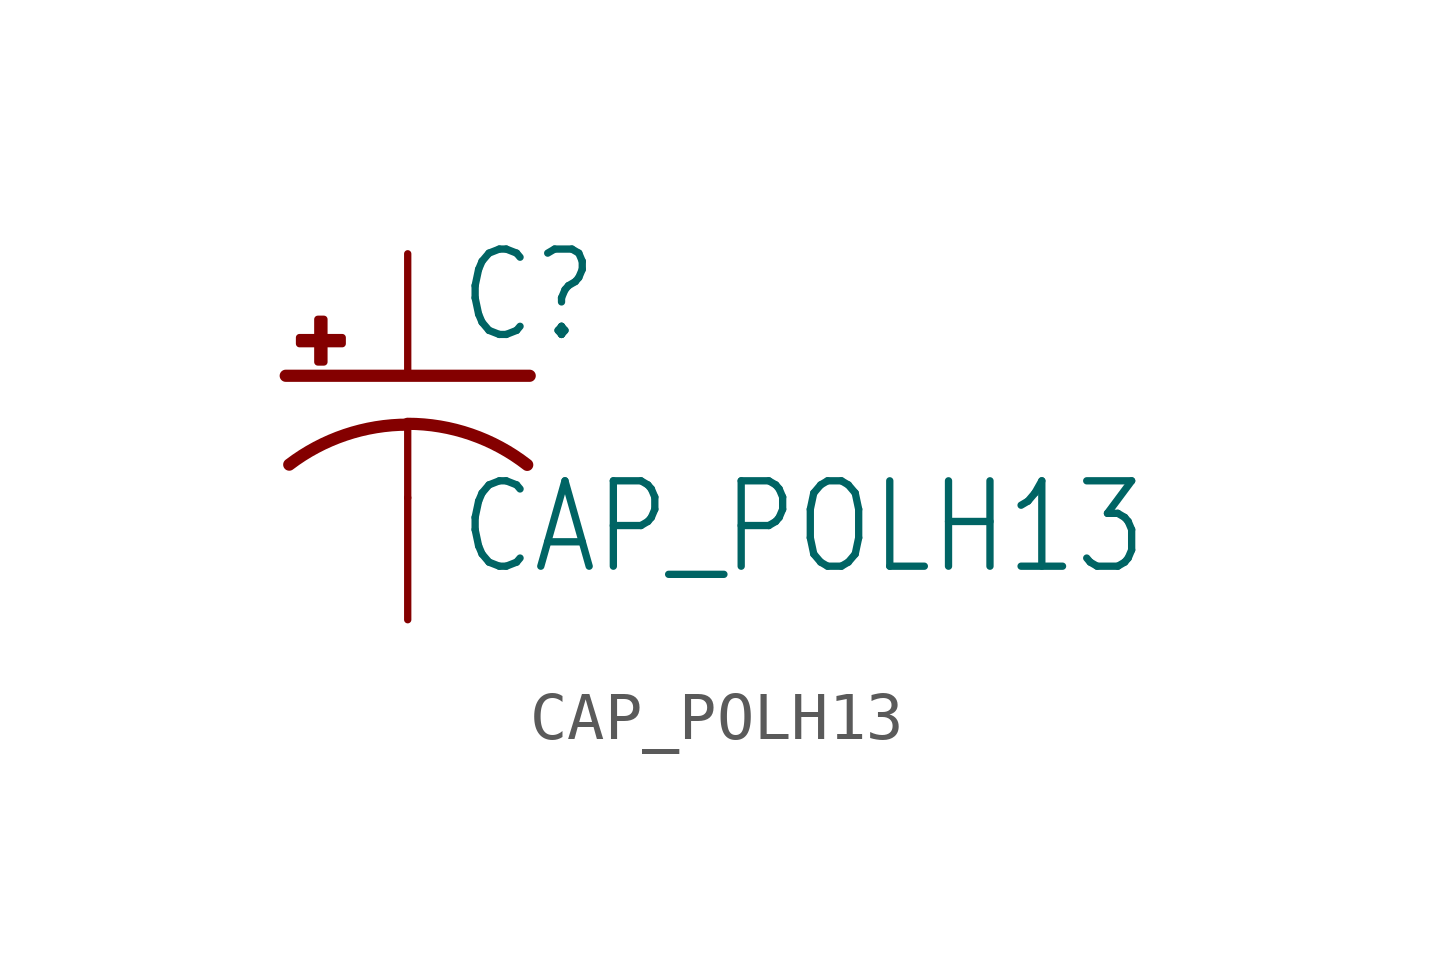
<source format=kicad_sym>
(kicad_symbol_lib
  (version 20211014)
  (generator kicad_symbol_editor)
  (symbol "CAP_POLH13"
    (property "Reference" "C"
      (at 1.016 0.635 0)
      (effects (font (size 1.778 1.511)) (justify left bottom)))
    (property "Value" "CAP_POLH13"
      (at 1.016 -4.191 0)
      (effects (font (size 1.778 1.511)) (justify left bottom)))
    (property "ki_locked" ""
      (at 0 0 0)
      (effects (font (size 1.27 1.27))))
    (symbol "CAP_POLH13_1_0"
      (rectangle (start -2.253 0.668) (end -1.364 0.795) (stroke (width 0) (type default) (color 0 0 0 0)) (fill (type outline)))
      (rectangle (start -1.872 0.287) (end -1.745 1.176) (stroke (width 0) (type default) (color 0 0 0 0)) (fill (type outline)))
      (arc (start 0 -1.0161) (mid -1.3021 -1.2303) (end -2.4669 -1.8504) (stroke (width 0.254) (type default) (color 0 0 0 0)) (fill (type none)))
      (polyline (pts (xy -2.54 0) (xy 2.54 0)) (stroke (width 0.254) (type default) (color 0 0 0 0)) (fill (type none)))
      (polyline (pts (xy 0 -1.016) (xy 0 -2.54)) (stroke (width 0.152) (type default) (color 0 0 0 0)) (fill (type none)))
      (arc (start 2.4892 -1.8542) (mid 1.3158 -1.2195) (end 0 -1) (stroke (width 0.254) (type default) (color 0 0 0 0)) (fill (type none)))
      (pin passive line (at 0 2.54 270) (length 2.54) (name "+" (effects (font (size 0 0)))) (number "+" (effects (font (size 0 0)))))
      (pin passive line (at 0 -5.08 90) (length 2.54) (name "-" (effects (font (size 0 0)))) (number "-" (effects (font (size 0 0))))))))
</source>
